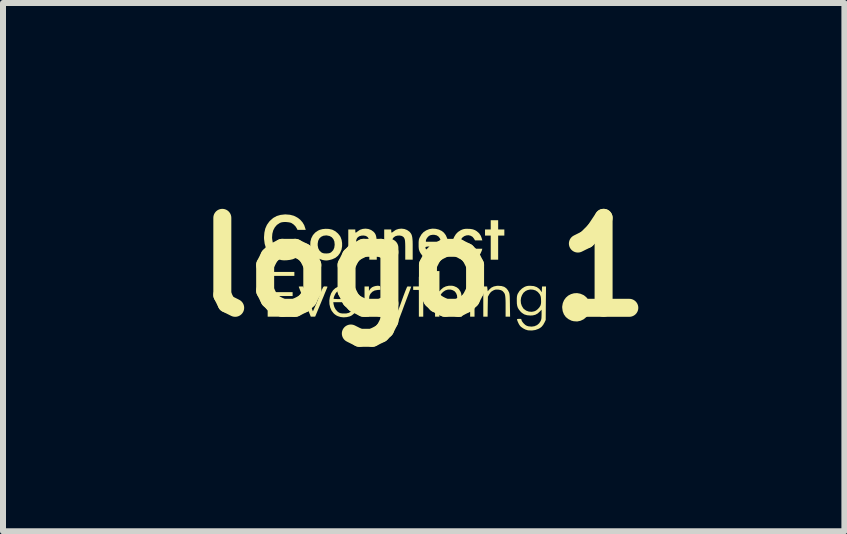
<source format=kicad_pcb>
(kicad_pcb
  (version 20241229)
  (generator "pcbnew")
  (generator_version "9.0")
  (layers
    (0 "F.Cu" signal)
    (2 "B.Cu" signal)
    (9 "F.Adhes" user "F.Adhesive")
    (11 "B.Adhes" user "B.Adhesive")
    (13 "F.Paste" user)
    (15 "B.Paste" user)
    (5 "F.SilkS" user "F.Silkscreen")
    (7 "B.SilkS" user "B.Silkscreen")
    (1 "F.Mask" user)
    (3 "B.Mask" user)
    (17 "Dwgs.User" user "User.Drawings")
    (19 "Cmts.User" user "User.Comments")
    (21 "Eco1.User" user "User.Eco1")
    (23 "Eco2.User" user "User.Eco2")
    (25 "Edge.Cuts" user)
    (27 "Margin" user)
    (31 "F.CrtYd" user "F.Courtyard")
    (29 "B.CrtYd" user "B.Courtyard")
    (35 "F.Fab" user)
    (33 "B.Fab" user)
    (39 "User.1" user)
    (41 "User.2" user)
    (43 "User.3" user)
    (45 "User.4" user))
  (footprint "logo 1"
    (layer "F.Cu")
    (at 4.014 1.404)
    (property "Reference" "logo 1" (at 0 0 0) (layer "F.SilkS") (effects (font (size 1.5 1.5) (thickness 0.3))))
    (attr board_only exclude_from_pos_files exclude_from_bom)
    (fp_poly (pts (xy 0.848 0.574) (xy 0.848 0.826) (xy 0.811 0.826) (xy 0.775 0.826) (xy 0.775 0.574) (xy 0.775 0.322) (xy 0.811 0.322) (xy 0.848 0.322)) (stroke (width 0) (type solid)) (fill yes) (layer "F.SilkS"))
    (fp_poly (pts (xy 0.836 0.084) (xy 0.854 0.1) (xy 0.863 0.121) (xy 0.862 0.145) (xy 0.848 0.168) (xy 0.848 0.168) (xy 0.826 0.181) (xy 0.801 0.18) (xy 0.779 0.168) (xy 0.764 0.148) (xy 0.76 0.125) (xy 0.767 0.103) (xy 0.782 0.087) (xy 0.805 0.078) (xy 0.81 0.078)) (stroke (width 0) (type solid)) (fill yes) (layer "F.SilkS"))
    (fp_poly (pts (xy -2.156 0.113) (xy -2.156 0.146) (xy -2.338 0.146) (xy -2.521 0.146) (xy -2.521 0.281) (xy -2.521 0.417) (xy -2.353 0.417) (xy -2.185 0.417) (xy -2.185 0.449) (xy -2.185 0.482) (xy -2.353 0.482) (xy -2.521 0.482) (xy -2.521 0.621) (xy -2.521 0.76) (xy -2.335 0.76) (xy -2.148 0.76) (xy -2.148 0.793) (xy -2.148 0.826) (xy -2.375 0.826) (xy -2.601 0.826) (xy -2.601 0.453) (xy -2.601 0.08) (xy -2.379 0.08) (xy -2.156 0.08)) (stroke (width 0) (type solid)) (fill yes) (layer "F.SilkS"))
    (fp_poly (pts (xy -0.007 0.241) (xy -0.007 0.322) (xy 0.044 0.322) (xy 0.095 0.322) (xy 0.095 0.351) (xy 0.095 0.38) (xy 0.044 0.38) (xy -0.007 0.38) (xy -0.007 0.603) (xy -0.007 0.826) (xy -0.044 0.826) (xy -0.08 0.826) (xy -0.08 0.603) (xy -0.08 0.38) (xy -0.128 0.38) (xy -0.175 0.38) (xy -0.175 0.351) (xy -0.175 0.322) (xy -0.128 0.322) (xy -0.08 0.322) (xy -0.08 0.241) (xy -0.08 0.161) (xy -0.044 0.161) (xy -0.007 0.161)) (stroke (width 0) (type solid)) (fill yes) (layer "F.SilkS"))
    (fp_poly (pts (xy 1.242 -0.705) (xy 1.242 -0.628) (xy 1.293 -0.628) (xy 1.345 -0.628) (xy 1.345 -0.577) (xy 1.345 -0.526) (xy 1.293 -0.526) (xy 1.242 -0.526) (xy 1.242 -0.325) (xy 1.242 -0.124) (xy 1.18 -0.124) (xy 1.118 -0.124) (xy 1.118 -0.325) (xy 1.118 -0.526) (xy 1.071 -0.526) (xy 1.023 -0.526) (xy 1.023 -0.577) (xy 1.023 -0.628) (xy 1.071 -0.628) (xy 1.118 -0.628) (xy 1.118 -0.705) (xy 1.118 -0.782) (xy 1.18 -0.782) (xy 1.242 -0.782)) (stroke (width 0) (type solid)) (fill yes) (layer "F.SilkS"))
    (fp_poly (pts (xy 2.612 0.443) (xy 2.664 0.465) (xy 2.674 0.471) (xy 2.715 0.505) (xy 2.747 0.549) (xy 2.769 0.599) (xy 2.779 0.652) (xy 2.78 0.665) (xy 2.775 0.72) (xy 2.76 0.768) (xy 2.732 0.811) (xy 2.712 0.833) (xy 2.665 0.871) (xy 2.614 0.895) (xy 2.559 0.906) (xy 2.502 0.902) (xy 2.465 0.893) (xy 2.413 0.867) (xy 2.37 0.832) (xy 2.338 0.787) (xy 2.318 0.735) (xy 2.31 0.677) (xy 2.31 0.655) (xy 2.32 0.599) (xy 2.341 0.55) (xy 2.372 0.508) (xy 2.411 0.474) (xy 2.457 0.45) (xy 2.506 0.436) (xy 2.559 0.433)) (stroke (width 0) (type solid)) (fill yes) (layer "F.SilkS"))
    (fp_poly (pts (xy -0.746 0.312) (xy -0.732 0.316) (xy -0.725 0.324) (xy -0.723 0.34) (xy -0.723 0.347) (xy -0.723 0.378) (xy -0.77 0.381) (xy -0.818 0.39) (xy -0.856 0.411) (xy -0.886 0.443) (xy -0.893 0.455) (xy -0.898 0.466) (xy -0.903 0.477) (xy -0.906 0.49) (xy -0.908 0.508) (xy -0.909 0.533) (xy -0.911 0.566) (xy -0.911 0.61) (xy -0.912 0.656) (xy -0.914 0.826) (xy -0.95 0.826) (xy -0.986 0.826) (xy -0.986 0.574) (xy -0.986 0.322) (xy -0.95 0.322) (xy -0.913 0.322) (xy -0.913 0.36) (xy -0.913 0.398) (xy -0.899 0.374) (xy -0.882 0.354) (xy -0.862 0.337) (xy -0.861 0.336) (xy -0.832 0.323) (xy -0.798 0.314) (xy -0.765 0.31)) (stroke (width 0) (type solid)) (fill yes) (layer "F.SilkS"))
    (fp_poly (pts (xy -1.642 0.321) (xy -1.637 0.322) (xy -1.616 0.322) (xy -1.606 0.325) (xy -1.605 0.331) (xy -1.606 0.335) (xy -1.61 0.345) (xy -1.619 0.366) (xy -1.632 0.398) (xy -1.649 0.438) (xy -1.668 0.486) (xy -1.69 0.538) (xy -1.71 0.587) (xy -1.809 0.825) (xy -1.845 0.826) (xy -1.882 0.826) (xy -1.982 0.579) (xy -2.005 0.523) (xy -2.026 0.47) (xy -2.045 0.424) (xy -2.061 0.385) (xy -2.072 0.355) (xy -2.08 0.335) (xy -2.083 0.327) (xy -2.076 0.324) (xy -2.059 0.322) (xy -2.047 0.322) (xy -2.011 0.322) (xy -1.931 0.524) (xy -1.91 0.576) (xy -1.892 0.623) (xy -1.875 0.664) (xy -1.862 0.698) (xy -1.853 0.722) (xy -1.848 0.735) (xy -1.848 0.736) (xy -1.844 0.732) (xy -1.837 0.716) (xy -1.825 0.689) (xy -1.81 0.655) (xy -1.792 0.613) (xy -1.773 0.565) (xy -1.772 0.564) (xy -1.747 0.5) (xy -1.726 0.449) (xy -1.71 0.408) (xy -1.696 0.377) (xy -1.686 0.354) (xy -1.678 0.338) (xy -1.671 0.328) (xy -1.664 0.323) (xy -1.658 0.321) (xy -1.651 0.321)) (stroke (width 0) (type solid)) (fill yes) (layer "F.SilkS"))
    (fp_poly (pts (xy 1.297 0.315) (xy 1.342 0.328) (xy 1.377 0.352) (xy 1.405 0.386) (xy 1.418 0.411) (xy 1.424 0.423) (xy 1.428 0.436) (xy 1.431 0.45) (xy 1.433 0.468) (xy 1.435 0.492) (xy 1.436 0.523) (xy 1.437 0.565) (xy 1.438 0.619) (xy 1.438 0.638) (xy 1.441 0.826) (xy 1.404 0.826) (xy 1.366 0.826) (xy 1.366 0.663) (xy 1.366 0.601) (xy 1.365 0.551) (xy 1.363 0.513) (xy 1.36 0.483) (xy 1.356 0.461) (xy 1.35 0.443) (xy 1.342 0.43) (xy 1.339 0.425) (xy 1.316 0.399) (xy 1.289 0.384) (xy 1.254 0.376) (xy 1.241 0.375) (xy 1.213 0.374) (xy 1.192 0.376) (xy 1.17 0.384) (xy 1.155 0.392) (xy 1.128 0.409) (xy 1.109 0.429) (xy 1.093 0.453) (xy 1.071 0.493) (xy 1.068 0.659) (xy 1.066 0.826) (xy 1.03 0.826) (xy 0.994 0.826) (xy 0.994 0.574) (xy 0.994 0.322) (xy 1.026 0.322) (xy 1.058 0.322) (xy 1.063 0.362) (xy 1.068 0.403) (xy 1.093 0.374) (xy 1.128 0.342) (xy 1.17 0.322) (xy 1.22 0.312) (xy 1.242 0.311)) (stroke (width 0) (type solid)) (fill yes) (layer "F.SilkS"))
    (fp_poly (pts (xy -0.921 -0.636) (xy -0.876 -0.619) (xy -0.838 -0.592) (xy -0.827 -0.581) (xy -0.814 -0.565) (xy -0.804 -0.548) (xy -0.796 -0.527) (xy -0.79 -0.502) (xy -0.786 -0.47) (xy -0.784 -0.43) (xy -0.782 -0.379) (xy -0.782 -0.316) (xy -0.782 -0.302) (xy -0.782 -0.124) (xy -0.844 -0.124) (xy -0.906 -0.124) (xy -0.906 -0.285) (xy -0.906 -0.344) (xy -0.907 -0.391) (xy -0.909 -0.426) (xy -0.913 -0.453) (xy -0.918 -0.473) (xy -0.925 -0.488) (xy -0.934 -0.5) (xy -0.946 -0.51) (xy -0.971 -0.522) (xy -1.004 -0.527) (xy -1.038 -0.525) (xy -1.07 -0.516) (xy -1.08 -0.51) (xy -1.096 -0.499) (xy -1.108 -0.486) (xy -1.117 -0.47) (xy -1.124 -0.449) (xy -1.128 -0.42) (xy -1.131 -0.382) (xy -1.132 -0.333) (xy -1.132 -0.28) (xy -1.133 -0.124) (xy -1.195 -0.124) (xy -1.257 -0.124) (xy -1.257 -0.376) (xy -1.257 -0.628) (xy -1.198 -0.628) (xy -1.14 -0.628) (xy -1.14 -0.604) (xy -1.139 -0.586) (xy -1.135 -0.575) (xy -1.135 -0.575) (xy -1.128 -0.577) (xy -1.113 -0.586) (xy -1.103 -0.595) (xy -1.063 -0.622) (xy -1.018 -0.637) (xy -0.969 -0.642)) (stroke (width 0) (type solid)) (fill yes) (layer "F.SilkS"))
    (fp_poly (pts (xy -0.322 -0.636) (xy -0.277 -0.619) (xy -0.238 -0.592) (xy -0.228 -0.581) (xy -0.215 -0.565) (xy -0.205 -0.548) (xy -0.197 -0.527) (xy -0.191 -0.502) (xy -0.187 -0.47) (xy -0.184 -0.43) (xy -0.183 -0.379) (xy -0.183 -0.316) (xy -0.183 -0.302) (xy -0.183 -0.124) (xy -0.245 -0.124) (xy -0.307 -0.124) (xy -0.307 -0.285) (xy -0.307 -0.344) (xy -0.308 -0.391) (xy -0.31 -0.426) (xy -0.313 -0.453) (xy -0.319 -0.473) (xy -0.326 -0.488) (xy -0.335 -0.5) (xy -0.347 -0.51) (xy -0.372 -0.522) (xy -0.405 -0.527) (xy -0.439 -0.525) (xy -0.471 -0.516) (xy -0.48 -0.51) (xy -0.496 -0.499) (xy -0.509 -0.486) (xy -0.518 -0.47) (xy -0.525 -0.449) (xy -0.529 -0.42) (xy -0.532 -0.382) (xy -0.533 -0.333) (xy -0.533 -0.28) (xy -0.533 -0.124) (xy -0.596 -0.124) (xy -0.658 -0.124) (xy -0.658 -0.376) (xy -0.658 -0.628) (xy -0.599 -0.628) (xy -0.541 -0.628) (xy -0.541 -0.604) (xy -0.539 -0.586) (xy -0.536 -0.575) (xy -0.536 -0.575) (xy -0.528 -0.577) (xy -0.514 -0.586) (xy -0.503 -0.595) (xy -0.464 -0.622) (xy -0.418 -0.637) (xy -0.37 -0.642)) (stroke (width 0) (type solid)) (fill yes) (layer "F.SilkS"))
    (fp_poly (pts (xy 0.263 0.235) (xy 0.263 0.405) (xy 0.288 0.375) (xy 0.325 0.343) (xy 0.37 0.321) (xy 0.42 0.31) (xy 0.473 0.31) (xy 0.506 0.317) (xy 0.552 0.337) (xy 0.587 0.366) (xy 0.613 0.407) (xy 0.615 0.411) (xy 0.62 0.423) (xy 0.624 0.436) (xy 0.627 0.45) (xy 0.629 0.468) (xy 0.631 0.492) (xy 0.632 0.523) (xy 0.633 0.565) (xy 0.634 0.619) (xy 0.634 0.638) (xy 0.637 0.826) (xy 0.6 0.826) (xy 0.563 0.826) (xy 0.562 0.663) (xy 0.562 0.614) (xy 0.561 0.568) (xy 0.56 0.528) (xy 0.558 0.497) (xy 0.556 0.476) (xy 0.556 0.472) (xy 0.54 0.432) (xy 0.514 0.401) (xy 0.478 0.382) (xy 0.449 0.375) (xy 0.402 0.375) (xy 0.361 0.388) (xy 0.324 0.413) (xy 0.314 0.423) (xy 0.298 0.44) (xy 0.286 0.457) (xy 0.278 0.476) (xy 0.271 0.498) (xy 0.267 0.527) (xy 0.265 0.565) (xy 0.263 0.612) (xy 0.263 0.672) (xy 0.263 0.676) (xy 0.263 0.826) (xy 0.227 0.826) (xy 0.19 0.826) (xy 0.19 0.446) (xy 0.19 0.066) (xy 0.227 0.066) (xy 0.263 0.066)) (stroke (width 0) (type solid)) (fill yes) (layer "F.SilkS"))
    (fp_poly (pts (xy -1.582 -0.637) (xy -1.534 -0.627) (xy -1.518 -0.622) (xy -1.471 -0.597) (xy -1.429 -0.561) (xy -1.395 -0.519) (xy -1.384 -0.498) (xy -1.368 -0.453) (xy -1.36 -0.402) (xy -1.36 -0.349) (xy -1.368 -0.301) (xy -1.37 -0.291) (xy -1.395 -0.235) (xy -1.429 -0.189) (xy -1.473 -0.154) (xy -1.527 -0.13) (xy -1.576 -0.117) (xy -1.606 -0.112) (xy -1.629 -0.111) (xy -1.652 -0.113) (xy -1.68 -0.118) (xy -1.688 -0.12) (xy -1.748 -0.14) (xy -1.799 -0.17) (xy -1.84 -0.211) (xy -1.869 -0.26) (xy -1.886 -0.318) (xy -1.891 -0.357) (xy -1.89 -0.392) (xy -1.767 -0.392) (xy -1.767 -0.362) (xy -1.758 -0.315) (xy -1.738 -0.277) (xy -1.708 -0.248) (xy -1.697 -0.241) (xy -1.677 -0.233) (xy -1.655 -0.229) (xy -1.624 -0.228) (xy -1.618 -0.228) (xy -1.588 -0.23) (xy -1.567 -0.235) (xy -1.55 -0.243) (xy -1.539 -0.251) (xy -1.509 -0.282) (xy -1.491 -0.322) (xy -1.484 -0.371) (xy -1.484 -0.379) (xy -1.489 -0.428) (xy -1.506 -0.468) (xy -1.533 -0.499) (xy -1.569 -0.519) (xy -1.614 -0.528) (xy -1.626 -0.529) (xy -1.673 -0.523) (xy -1.711 -0.505) (xy -1.74 -0.477) (xy -1.759 -0.439) (xy -1.767 -0.392) (xy -1.89 -0.392) (xy -1.889 -0.423) (xy -1.874 -0.481) (xy -1.847 -0.533) (xy -1.809 -0.576) (xy -1.761 -0.609) (xy -1.732 -0.622) (xy -1.687 -0.634) (xy -1.635 -0.639)) (stroke (width 0) (type solid)) (fill yes) (layer "F.SilkS"))
    (fp_poly (pts (xy 0.78 -0.637) (xy 0.82 -0.63) (xy 0.855 -0.617) (xy 0.885 -0.599) (xy 0.924 -0.565) (xy 0.953 -0.522) (xy 0.967 -0.484) (xy 0.978 -0.446) (xy 0.917 -0.446) (xy 0.856 -0.446) (xy 0.839 -0.475) (xy 0.815 -0.505) (xy 0.784 -0.523) (xy 0.749 -0.532) (xy 0.712 -0.529) (xy 0.676 -0.516) (xy 0.645 -0.493) (xy 0.631 -0.474) (xy 0.62 -0.456) (xy 0.613 -0.437) (xy 0.61 -0.414) (xy 0.608 -0.384) (xy 0.607 -0.352) (xy 0.609 -0.329) (xy 0.615 -0.31) (xy 0.623 -0.292) (xy 0.645 -0.259) (xy 0.674 -0.238) (xy 0.711 -0.228) (xy 0.734 -0.227) (xy 0.776 -0.231) (xy 0.81 -0.246) (xy 0.835 -0.272) (xy 0.841 -0.281) (xy 0.856 -0.307) (xy 0.917 -0.307) (xy 0.978 -0.307) (xy 0.968 -0.272) (xy 0.947 -0.225) (xy 0.914 -0.183) (xy 0.874 -0.15) (xy 0.828 -0.127) (xy 0.82 -0.124) (xy 0.788 -0.118) (xy 0.751 -0.114) (xy 0.713 -0.113) (xy 0.681 -0.115) (xy 0.67 -0.117) (xy 0.614 -0.138) (xy 0.566 -0.171) (xy 0.528 -0.214) (xy 0.506 -0.252) (xy 0.497 -0.273) (xy 0.491 -0.292) (xy 0.488 -0.312) (xy 0.486 -0.339) (xy 0.486 -0.376) (xy 0.486 -0.376) (xy 0.486 -0.413) (xy 0.488 -0.439) (xy 0.491 -0.459) (xy 0.497 -0.477) (xy 0.506 -0.497) (xy 0.51 -0.506) (xy 0.538 -0.551) (xy 0.572 -0.586) (xy 0.617 -0.615) (xy 0.628 -0.62) (xy 0.652 -0.63) (xy 0.676 -0.636) (xy 0.703 -0.639) (xy 0.731 -0.639)) (stroke (width 0) (type solid)) (fill yes) (layer "F.SilkS"))
    (fp_poly (pts (xy -0.522 0.537) (xy -0.503 0.59) (xy -0.484 0.638) (xy -0.469 0.68) (xy -0.455 0.714) (xy -0.446 0.738) (xy -0.44 0.751) (xy -0.439 0.753) (xy -0.435 0.746) (xy -0.428 0.727) (xy -0.416 0.698) (xy -0.402 0.66) (xy -0.385 0.615) (xy -0.367 0.564) (xy -0.358 0.54) (xy -0.339 0.487) (xy -0.321 0.439) (xy -0.305 0.397) (xy -0.291 0.363) (xy -0.281 0.339) (xy -0.274 0.326) (xy -0.273 0.324) (xy -0.261 0.322) (xy -0.241 0.323) (xy -0.236 0.323) (xy -0.207 0.325) (xy -0.33 0.653) (xy -0.358 0.73) (xy -0.383 0.795) (xy -0.403 0.848) (xy -0.42 0.891) (xy -0.434 0.925) (xy -0.445 0.951) (xy -0.455 0.972) (xy -0.463 0.987) (xy -0.47 0.998) (xy -0.476 1.006) (xy -0.479 1.008) (xy -0.5 1.026) (xy -0.524 1.04) (xy -0.533 1.044) (xy -0.558 1.049) (xy -0.591 1.051) (xy -0.623 1.051) (xy -0.649 1.048) (xy -0.652 1.047) (xy -0.661 1.04) (xy -0.665 1.023) (xy -0.665 1.016) (xy -0.665 0.988) (xy -0.606 0.985) (xy -0.576 0.984) (xy -0.557 0.981) (xy -0.544 0.976) (xy -0.532 0.966) (xy -0.522 0.956) (xy -0.506 0.933) (xy -0.491 0.904) (xy -0.486 0.89) (xy -0.474 0.851) (xy -0.573 0.593) (xy -0.595 0.535) (xy -0.616 0.481) (xy -0.634 0.432) (xy -0.649 0.392) (xy -0.661 0.36) (xy -0.669 0.338) (xy -0.672 0.328) (xy -0.672 0.328) (xy -0.666 0.324) (xy -0.649 0.322) (xy -0.637 0.322) (xy -0.602 0.322)) (stroke (width 0) (type solid)) (fill yes) (layer "F.SilkS"))
    (fp_poly (pts (xy -2.228 -0.873) (xy -2.163 -0.856) (xy -2.105 -0.826) (xy -2.059 -0.791) (xy -2.02 -0.747) (xy -1.992 -0.7) (xy -1.978 -0.659) (xy -1.966 -0.621) (xy -2.035 -0.621) (xy -2.104 -0.621) (xy -2.117 -0.648) (xy -2.139 -0.682) (xy -2.171 -0.713) (xy -2.206 -0.736) (xy -2.219 -0.741) (xy -2.246 -0.747) (xy -2.28 -0.751) (xy -2.309 -0.753) (xy -2.343 -0.751) (xy -2.369 -0.747) (xy -2.393 -0.739) (xy -2.402 -0.734) (xy -2.447 -0.704) (xy -2.482 -0.663) (xy -2.508 -0.614) (xy -2.523 -0.557) (xy -2.528 -0.493) (xy -2.526 -0.469) (xy -2.515 -0.405) (xy -2.494 -0.351) (xy -2.462 -0.305) (xy -2.421 -0.271) (xy -2.4 -0.259) (xy -2.355 -0.244) (xy -2.304 -0.239) (xy -2.253 -0.243) (xy -2.208 -0.256) (xy -2.18 -0.272) (xy -2.152 -0.294) (xy -2.128 -0.319) (xy -2.112 -0.343) (xy -2.108 -0.354) (xy -2.105 -0.363) (xy -2.1 -0.368) (xy -2.09 -0.371) (xy -2.072 -0.372) (xy -2.043 -0.373) (xy -2.034 -0.373) (xy -1.965 -0.373) (xy -1.97 -0.353) (xy -1.99 -0.296) (xy -2.023 -0.244) (xy -2.066 -0.198) (xy -2.118 -0.161) (xy -2.176 -0.134) (xy -2.184 -0.131) (xy -2.229 -0.121) (xy -2.28 -0.115) (xy -2.329 -0.113) (xy -2.371 -0.117) (xy -2.442 -0.136) (xy -2.504 -0.167) (xy -2.557 -0.208) (xy -2.599 -0.259) (xy -2.63 -0.319) (xy -2.651 -0.389) (xy -2.661 -0.467) (xy -2.662 -0.497) (xy -2.656 -0.574) (xy -2.641 -0.643) (xy -2.614 -0.704) (xy -2.575 -0.759) (xy -2.56 -0.775) (xy -2.509 -0.82) (xy -2.451 -0.852) (xy -2.386 -0.871) (xy -2.313 -0.879) (xy -2.302 -0.879)) (stroke (width 0) (type solid)) (fill yes) (layer "F.SilkS"))
    (fp_poly (pts (xy -1.274 0.317) (xy -1.222 0.336) (xy -1.179 0.365) (xy -1.145 0.406) (xy -1.121 0.457) (xy -1.107 0.518) (xy -1.105 0.535) (xy -1.101 0.585) (xy -1.304 0.585) (xy -1.507 0.585) (xy -1.502 0.619) (xy -1.49 0.664) (xy -1.468 0.705) (xy -1.439 0.738) (xy -1.426 0.749) (xy -1.406 0.761) (xy -1.387 0.768) (xy -1.362 0.772) (xy -1.341 0.773) (xy -1.289 0.772) (xy -1.247 0.762) (xy -1.215 0.742) (xy -1.19 0.712) (xy -1.183 0.701) (xy -1.173 0.683) (xy -1.162 0.675) (xy -1.145 0.672) (xy -1.137 0.672) (xy -1.104 0.672) (xy -1.116 0.707) (xy -1.134 0.742) (xy -1.163 0.776) (xy -1.197 0.804) (xy -1.231 0.821) (xy -1.281 0.833) (xy -1.334 0.837) (xy -1.382 0.832) (xy -1.394 0.829) (xy -1.432 0.817) (xy -1.46 0.803) (xy -1.486 0.784) (xy -1.501 0.77) (xy -1.535 0.727) (xy -1.558 0.675) (xy -1.571 0.618) (xy -1.573 0.558) (xy -1.568 0.524) (xy -1.502 0.524) (xy -1.501 0.528) (xy -1.493 0.529) (xy -1.472 0.531) (xy -1.441 0.532) (xy -1.402 0.533) (xy -1.357 0.533) (xy -1.337 0.533) (xy -1.176 0.533) (xy -1.176 0.516) (xy -1.182 0.485) (xy -1.195 0.451) (xy -1.211 0.426) (xy -1.24 0.397) (xy -1.278 0.38) (xy -1.325 0.373) (xy -1.334 0.373) (xy -1.38 0.377) (xy -1.419 0.392) (xy -1.453 0.418) (xy -1.457 0.423) (xy -1.469 0.439) (xy -1.481 0.462) (xy -1.492 0.486) (xy -1.499 0.509) (xy -1.502 0.524) (xy -1.568 0.524) (xy -1.564 0.497) (xy -1.544 0.439) (xy -1.541 0.433) (xy -1.511 0.386) (xy -1.472 0.35) (xy -1.424 0.325) (xy -1.367 0.313) (xy -1.334 0.311)) (stroke (width 0) (type solid)) (fill yes) (layer "F.SilkS"))
    (fp_poly (pts (xy 0.201 -0.639) (xy 0.254 -0.626) (xy 0.302 -0.603) (xy 0.338 -0.574) (xy 0.368 -0.534) (xy 0.39 -0.485) (xy 0.405 -0.431) (xy 0.409 -0.381) (xy 0.409 -0.353) (xy 0.338 -0.348) (xy 0.304 -0.347) (xy 0.261 -0.345) (xy 0.213 -0.344) (xy 0.165 -0.344) (xy 0.148 -0.343) (xy 0.101 -0.343) (xy 0.068 -0.343) (xy 0.046 -0.34) (xy 0.033 -0.336) (xy 0.029 -0.328) (xy 0.031 -0.316) (xy 0.038 -0.299) (xy 0.043 -0.288) (xy 0.067 -0.253) (xy 0.099 -0.228) (xy 0.14 -0.215) (xy 0.188 -0.214) (xy 0.227 -0.223) (xy 0.26 -0.239) (xy 0.282 -0.262) (xy 0.285 -0.266) (xy 0.291 -0.276) (xy 0.299 -0.281) (xy 0.312 -0.284) (xy 0.335 -0.285) (xy 0.352 -0.285) (xy 0.381 -0.285) (xy 0.398 -0.284) (xy 0.406 -0.281) (xy 0.407 -0.275) (xy 0.405 -0.269) (xy 0.383 -0.221) (xy 0.35 -0.18) (xy 0.309 -0.147) (xy 0.269 -0.129) (xy 0.219 -0.117) (xy 0.166 -0.113) (xy 0.118 -0.116) (xy 0.097 -0.12) (xy 0.07 -0.129) (xy 0.045 -0.138) (xy 0.036 -0.143) (xy 0.005 -0.164) (xy -0.026 -0.196) (xy -0.052 -0.232) (xy -0.065 -0.255) (xy -0.073 -0.275) (xy -0.079 -0.293) (xy -0.082 -0.315) (xy -0.084 -0.342) (xy -0.084 -0.376) (xy -0.084 -0.414) (xy -0.082 -0.441) (xy -0.082 -0.441) (xy 0.037 -0.441) (xy 0.037 -0.424) (xy 0.161 -0.424) (xy 0.206 -0.424) (xy 0.239 -0.424) (xy 0.262 -0.426) (xy 0.275 -0.427) (xy 0.282 -0.43) (xy 0.285 -0.434) (xy 0.285 -0.436) (xy 0.282 -0.45) (xy 0.274 -0.47) (xy 0.27 -0.48) (xy 0.247 -0.51) (xy 0.216 -0.53) (xy 0.176 -0.539) (xy 0.149 -0.539) (xy 0.117 -0.534) (xy 0.093 -0.523) (xy 0.089 -0.521) (xy 0.068 -0.501) (xy 0.05 -0.477) (xy 0.039 -0.453) (xy 0.037 -0.441) (xy -0.082 -0.441) (xy -0.079 -0.461) (xy -0.073 -0.48) (xy -0.065 -0.497) (xy -0.036 -0.547) (xy -0.001 -0.585) (xy 0.042 -0.613) (xy 0.092 -0.633) (xy 0.145 -0.642)) (stroke (width 0) (type solid)) (fill yes) (layer "F.SilkS"))
    (fp_poly (pts (xy 1.837 0.316) (xy 1.886 0.333) (xy 1.926 0.361) (xy 1.946 0.385) (xy 1.969 0.418) (xy 1.971 0.37) (xy 1.974 0.322) (xy 2.007 0.322) (xy 2.04 0.322) (xy 2.037 0.601) (xy 2.035 0.881) (xy 2.016 0.921) (xy 1.993 0.962) (xy 1.967 0.994) (xy 1.935 1.018) (xy 1.912 1.03) (xy 1.863 1.048) (xy 1.808 1.056) (xy 1.753 1.055) (xy 1.733 1.052) (xy 1.695 1.04) (xy 1.657 1.02) (xy 1.623 0.996) (xy 1.607 0.979) (xy 1.594 0.961) (xy 1.58 0.935) (xy 1.568 0.908) (xy 1.559 0.884) (xy 1.556 0.869) (xy 1.563 0.865) (xy 1.58 0.863) (xy 1.592 0.862) (xy 1.614 0.863) (xy 1.625 0.866) (xy 1.63 0.875) (xy 1.632 0.885) (xy 1.641 0.905) (xy 1.658 0.928) (xy 1.672 0.943) (xy 1.695 0.964) (xy 1.717 0.977) (xy 1.743 0.986) (xy 1.749 0.987) (xy 1.8 0.992) (xy 1.848 0.985) (xy 1.891 0.966) (xy 1.925 0.937) (xy 1.947 0.904) (xy 1.956 0.885) (xy 1.961 0.867) (xy 1.964 0.847) (xy 1.965 0.819) (xy 1.966 0.788) (xy 1.966 0.709) (xy 1.936 0.741) (xy 1.901 0.773) (xy 1.862 0.794) (xy 1.818 0.805) (xy 1.779 0.807) (xy 1.724 0.802) (xy 1.677 0.788) (xy 1.636 0.761) (xy 1.614 0.74) (xy 1.589 0.709) (xy 1.571 0.68) (xy 1.56 0.647) (xy 1.554 0.608) (xy 1.553 0.559) (xy 1.553 0.556) (xy 1.618 0.556) (xy 1.622 0.603) (xy 1.637 0.648) (xy 1.661 0.687) (xy 1.67 0.697) (xy 1.709 0.725) (xy 1.753 0.741) (xy 1.802 0.745) (xy 1.844 0.737) (xy 1.873 0.724) (xy 1.903 0.7) (xy 1.929 0.671) (xy 1.947 0.641) (xy 1.948 0.639) (xy 1.955 0.614) (xy 1.958 0.582) (xy 1.957 0.546) (xy 1.955 0.513) (xy 1.951 0.489) (xy 1.944 0.47) (xy 1.933 0.449) (xy 1.933 0.449) (xy 1.903 0.414) (xy 1.866 0.389) (xy 1.823 0.376) (xy 1.777 0.373) (xy 1.732 0.383) (xy 1.698 0.399) (xy 1.664 0.428) (xy 1.64 0.466) (xy 1.624 0.509) (xy 1.618 0.556) (xy 1.553 0.556) (xy 1.553 0.52) (xy 1.555 0.492) (xy 1.559 0.471) (xy 1.565 0.452) (xy 1.568 0.445) (xy 1.598 0.397) (xy 1.639 0.357) (xy 1.679 0.331) (xy 1.705 0.32) (xy 1.728 0.314) (xy 1.755 0.311) (xy 1.779 0.311)) (stroke (width 0) (type solid)) (fill yes) (layer "F.SilkS")))
  (gr_rect
    (start -3 -3)
    (end 11.029 5.808)
    (stroke (width 0.1) (type default))
    (fill no)
    (layer "Edge.Cuts")))
</source>
